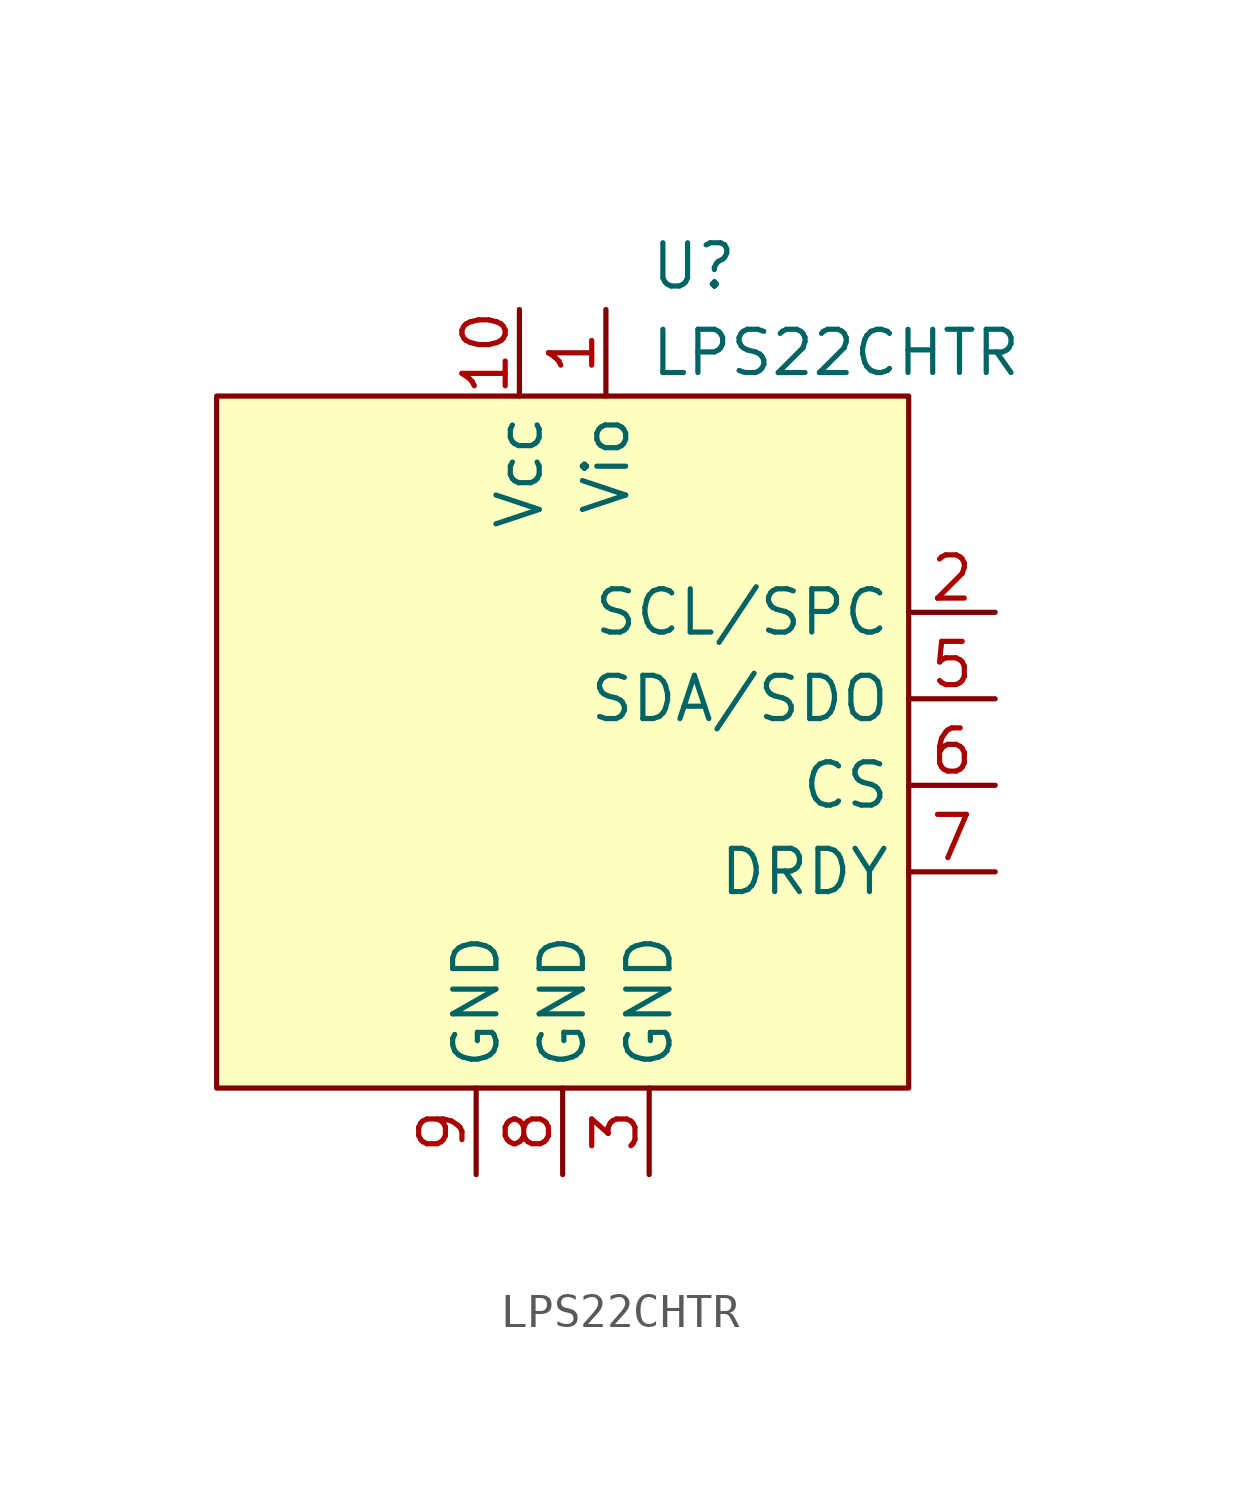
<source format=kicad_sym>
(kicad_symbol_lib
  (version 20211014)
  (generator kicad_symbol_editor)
  (symbol "LPS22CHTR"
    (property "Reference" "U"
      (at 2.54 13.97 0)
      (effects (font (size 1.27 1.27)) (justify left)))
    (property "Value" "LPS22CHTR"
      (at 2.54 11.43 0)
      (effects (font (size 1.27 1.27)) (justify left)))
    (symbol "LPS22CHTR_0_1"
      (rectangle (start -10.16 10.16) (end 10.16 -10.16) (stroke (width 0) (type default) (color 0 0 0 0)) (fill (type background))))
    (symbol "LPS22CHTR_1_1"
      (pin power_in line (at 1.27 12.7 270) (length 2.54) (name "Vio" (effects (font (size 1.27 1.27)))) (number "1" (effects (font (size 1.27 1.27)))))
      (pin power_in line (at -1.27 12.7 270) (length 2.54) (name "Vcc" (effects (font (size 1.27 1.27)))) (number "10" (effects (font (size 1.27 1.27)))))
      (pin input line (at 12.7 3.81 180) (length 2.54) (name "SCL/SPC" (effects (font (size 1.27 1.27)))) (number "2" (effects (font (size 1.27 1.27)))))
      (pin power_in line (at 2.54 -12.7 90) (length 2.54) (name "GND" (effects (font (size 1.27 1.27)))) (number "3" (effects (font (size 1.27 1.27)))))
      (pin output line (at 12.7 1.27 180) (length 2.54) (name "SDA/SDO" (effects (font (size 1.27 1.27)))) (number "5" (effects (font (size 1.27 1.27)))))
      (pin input line (at 12.7 -1.27 180) (length 2.54) (name "CS" (effects (font (size 1.27 1.27)))) (number "6" (effects (font (size 1.27 1.27)))))
      (pin output line (at 12.7 -3.81 180) (length 2.54) (name "DRDY" (effects (font (size 1.27 1.27)))) (number "7" (effects (font (size 1.27 1.27)))))
      (pin power_in line (at 0 -12.7 90) (length 2.54) (name "GND" (effects (font (size 1.27 1.27)))) (number "8" (effects (font (size 1.27 1.27)))))
      (pin power_in line (at -2.54 -12.7 90) (length 2.54) (name "GND" (effects (font (size 1.27 1.27)))) (number "9" (effects (font (size 1.27 1.27))))))))
</source>
